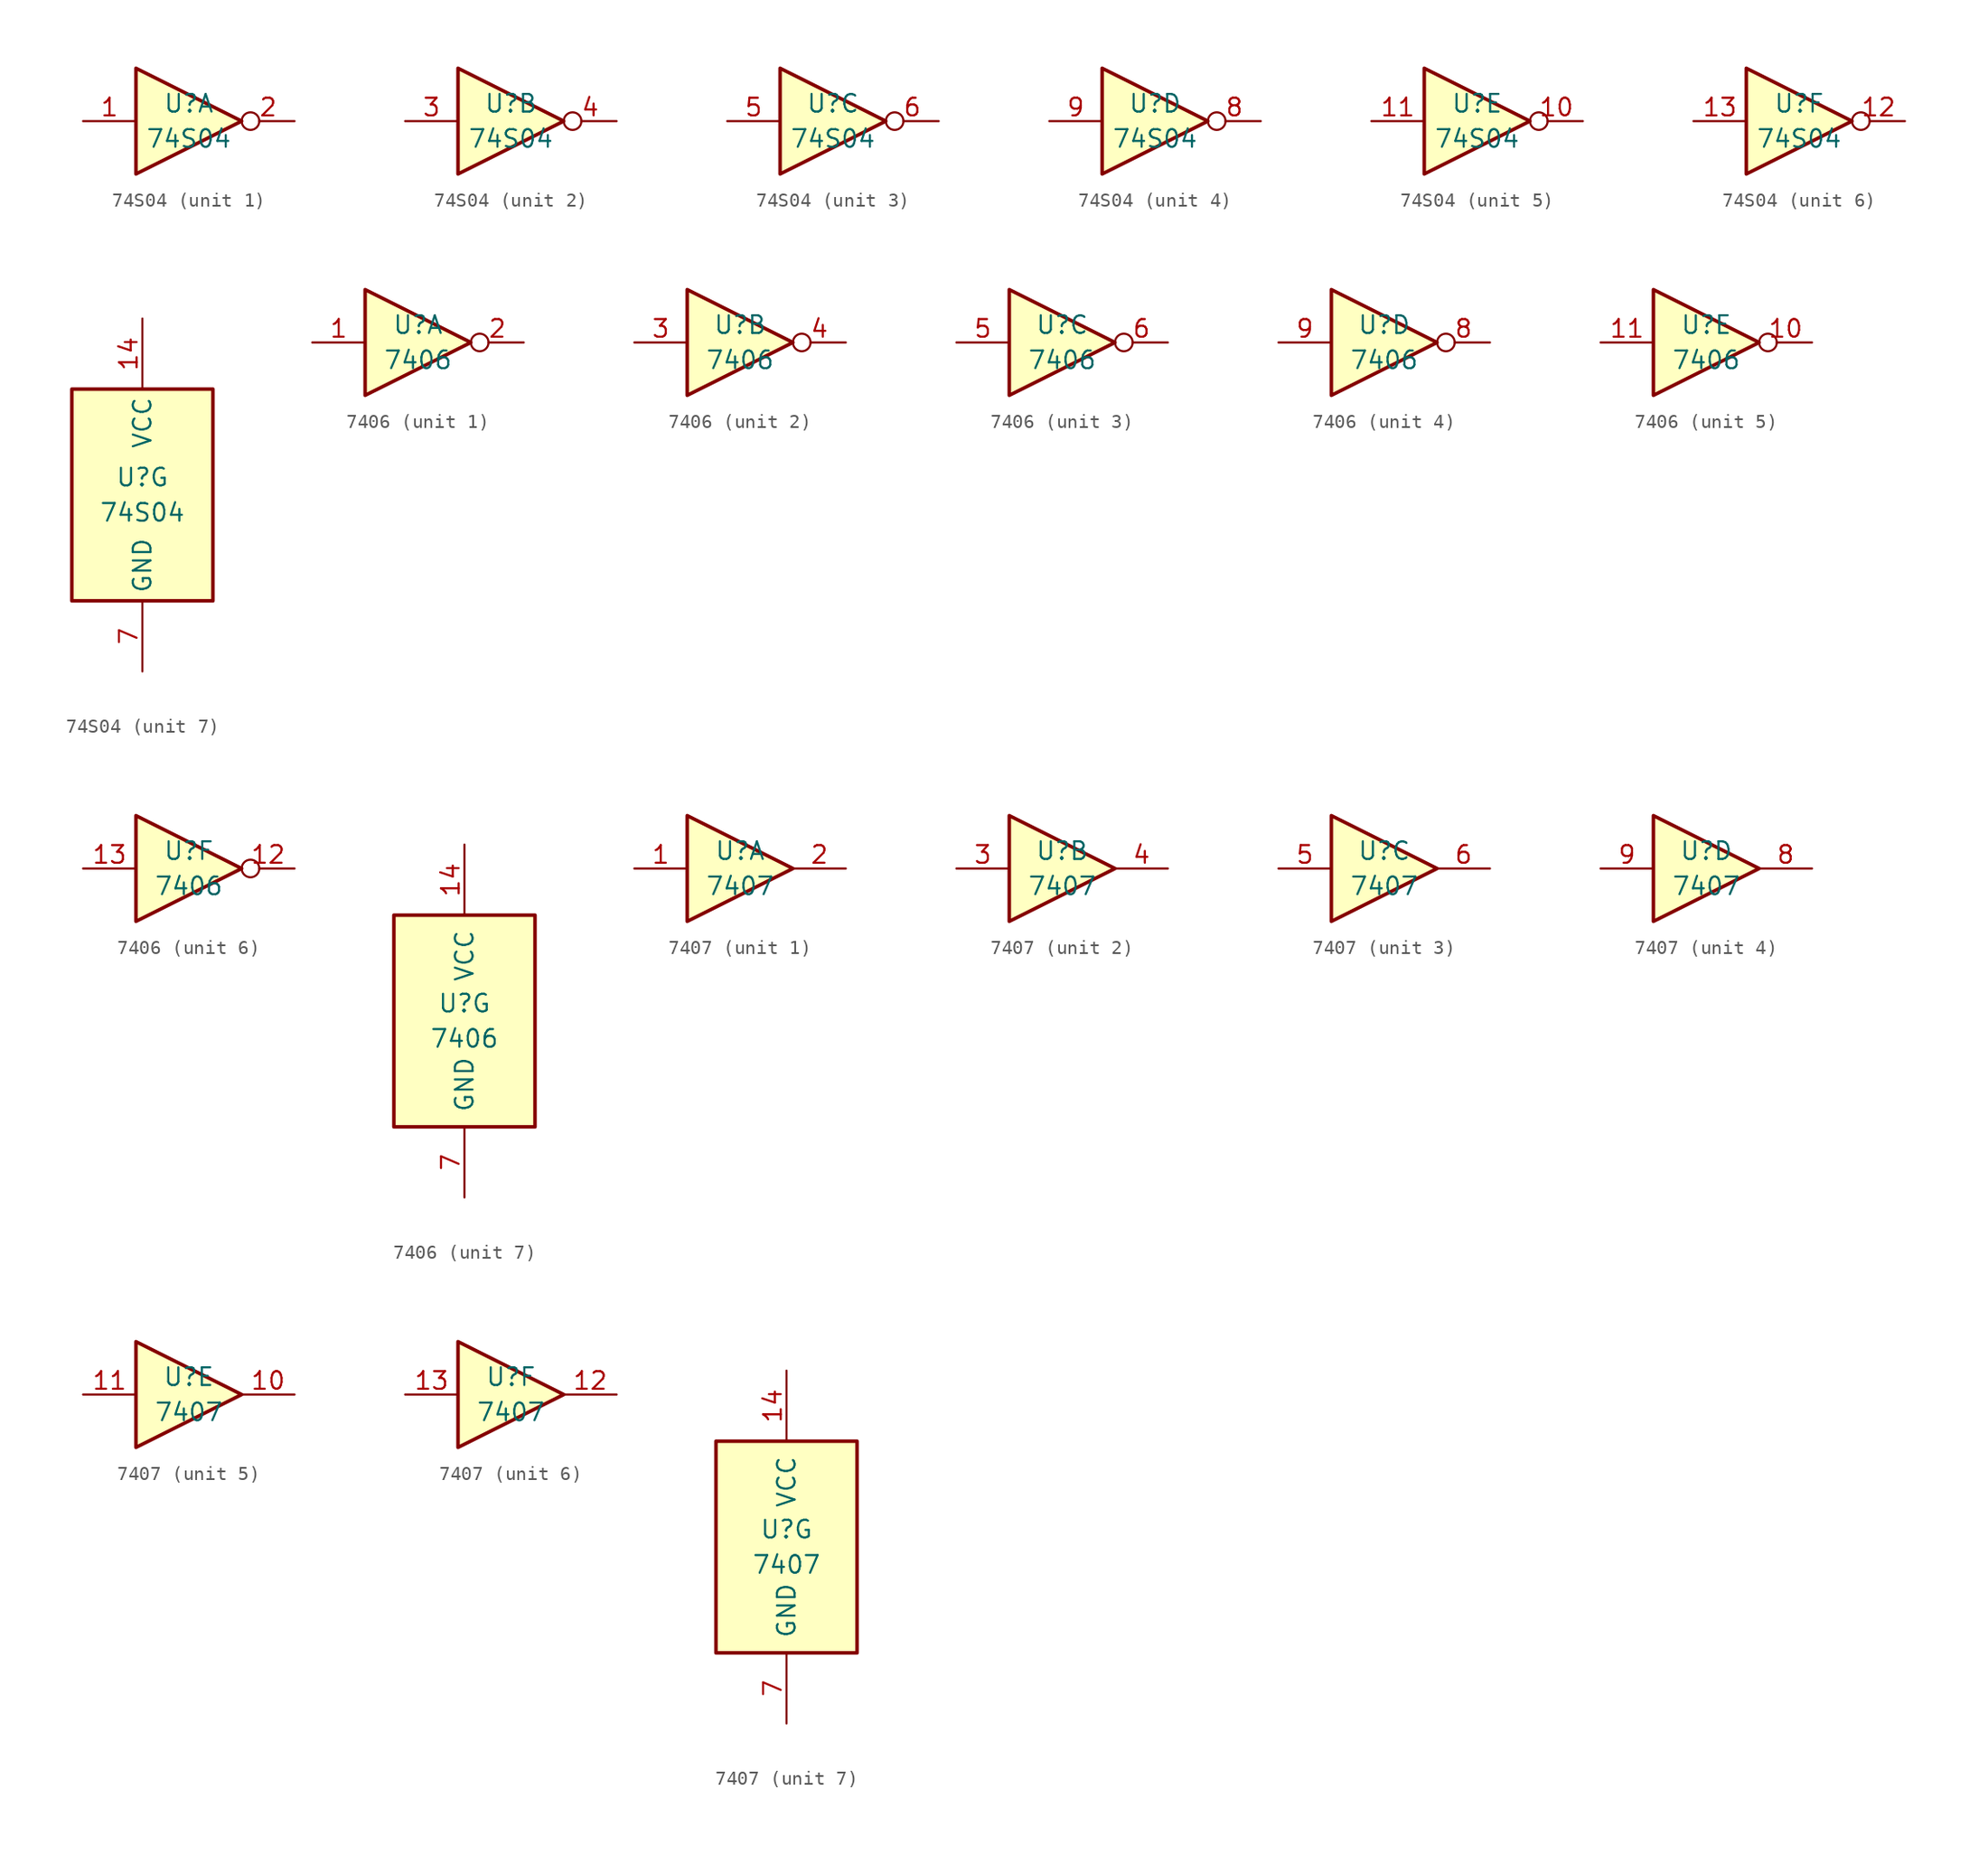
<source format=kicad_sym>
(kicad_symbol_lib
  (version 20220914)
  (generator kicad_symbol_editor)
  (symbol "74S04"
    (property "Reference" "U"
      (at 0 1.27 0)
      (effects (font (size 1.27 1.27))))
    (property "Value" "74S04"
      (at 0 -1.27 0)
      (effects (font (size 1.27 1.27))))
    (property "ki_locked" ""
      (at 0 0 0)
      (effects (font (size 1.27 1.27))))
    (symbol "74S04_1_0"
      (polyline (pts (xy -3.81 3.81) (xy -3.81 -3.81) (xy 3.81 0) (xy -3.81 3.81)) (stroke (width 0.254) (type default)) (fill (type background)))
      (pin input line (at -7.62 0 0) (length 3.81) (name "~" (effects (font (size 1.27 1.27)))) (number "1" (effects (font (size 1.27 1.27)))))
      (pin output inverted (at 7.62 0 180) (length 3.81) (name "~" (effects (font (size 1.27 1.27)))) (number "2" (effects (font (size 1.27 1.27))))))
    (symbol "74S04_2_0"
      (polyline (pts (xy -3.81 3.81) (xy -3.81 -3.81) (xy 3.81 0) (xy -3.81 3.81)) (stroke (width 0.254) (type default)) (fill (type background)))
      (pin input line (at -7.62 0 0) (length 3.81) (name "~" (effects (font (size 1.27 1.27)))) (number "3" (effects (font (size 1.27 1.27)))))
      (pin output inverted (at 7.62 0 180) (length 3.81) (name "~" (effects (font (size 1.27 1.27)))) (number "4" (effects (font (size 1.27 1.27))))))
    (symbol "74S04_3_0"
      (polyline (pts (xy -3.81 3.81) (xy -3.81 -3.81) (xy 3.81 0) (xy -3.81 3.81)) (stroke (width 0.254) (type default)) (fill (type background)))
      (pin input line (at -7.62 0 0) (length 3.81) (name "~" (effects (font (size 1.27 1.27)))) (number "5" (effects (font (size 1.27 1.27)))))
      (pin output inverted (at 7.62 0 180) (length 3.81) (name "~" (effects (font (size 1.27 1.27)))) (number "6" (effects (font (size 1.27 1.27))))))
    (symbol "74S04_4_0"
      (polyline (pts (xy -3.81 3.81) (xy -3.81 -3.81) (xy 3.81 0) (xy -3.81 3.81)) (stroke (width 0.254) (type default)) (fill (type background)))
      (pin output inverted (at 7.62 0 180) (length 3.81) (name "~" (effects (font (size 1.27 1.27)))) (number "8" (effects (font (size 1.27 1.27)))))
      (pin input line (at -7.62 0 0) (length 3.81) (name "~" (effects (font (size 1.27 1.27)))) (number "9" (effects (font (size 1.27 1.27))))))
    (symbol "74S04_5_0"
      (polyline (pts (xy -3.81 3.81) (xy -3.81 -3.81) (xy 3.81 0) (xy -3.81 3.81)) (stroke (width 0.254) (type default)) (fill (type background)))
      (pin output inverted (at 7.62 0 180) (length 3.81) (name "~" (effects (font (size 1.27 1.27)))) (number "10" (effects (font (size 1.27 1.27)))))
      (pin input line (at -7.62 0 0) (length 3.81) (name "~" (effects (font (size 1.27 1.27)))) (number "11" (effects (font (size 1.27 1.27))))))
    (symbol "74S04_6_0"
      (polyline (pts (xy -3.81 3.81) (xy -3.81 -3.81) (xy 3.81 0) (xy -3.81 3.81)) (stroke (width 0.254) (type default)) (fill (type background)))
      (pin output inverted (at 7.62 0 180) (length 3.81) (name "~" (effects (font (size 1.27 1.27)))) (number "12" (effects (font (size 1.27 1.27)))))
      (pin input line (at -7.62 0 0) (length 3.81) (name "~" (effects (font (size 1.27 1.27)))) (number "13" (effects (font (size 1.27 1.27))))))
    (symbol "74S04_7_0"
      (pin power_in line (at 0 12.7 270) (length 5.08) (name "VCC" (effects (font (size 1.27 1.27)))) (number "14" (effects (font (size 1.27 1.27)))))
      (pin power_in line (at 0 -12.7 90) (length 5.08) (name "GND" (effects (font (size 1.27 1.27)))) (number "7" (effects (font (size 1.27 1.27))))))
    (symbol "74S04_7_1"
      (rectangle (start -5.08 7.62) (end 5.08 -7.62) (stroke (width 0.254) (type default)) (fill (type background)))))
  (symbol "7406"
    (pin_names
      (offset 1.016))
    (property "Reference" "U"
      (at 0 1.27 0)
      (effects (font (size 1.27 1.27))))
    (property "Value" "7406"
      (at 0 -1.27 0)
      (effects (font (size 1.27 1.27))))
    (property "ki_locked" ""
      (at 0 0 0)
      (effects (font (size 1.27 1.27))))
    (symbol "7406_1_0"
      (polyline (pts (xy -3.81 3.81) (xy -3.81 -3.81) (xy 3.81 0) (xy -3.81 3.81)) (stroke (width 0.254) (type default)) (fill (type background)))
      (pin input line (at -7.62 0 0) (length 3.81) (name "~" (effects (font (size 1.27 1.27)))) (number "1" (effects (font (size 1.27 1.27)))))
      (pin open_collector inverted (at 7.62 0 180) (length 3.81) (name "~" (effects (font (size 1.27 1.27)))) (number "2" (effects (font (size 1.27 1.27))))))
    (symbol "7406_2_0"
      (polyline (pts (xy -3.81 3.81) (xy -3.81 -3.81) (xy 3.81 0) (xy -3.81 3.81)) (stroke (width 0.254) (type default)) (fill (type background)))
      (pin input line (at -7.62 0 0) (length 3.81) (name "~" (effects (font (size 1.27 1.27)))) (number "3" (effects (font (size 1.27 1.27)))))
      (pin open_collector inverted (at 7.62 0 180) (length 3.81) (name "~" (effects (font (size 1.27 1.27)))) (number "4" (effects (font (size 1.27 1.27))))))
    (symbol "7406_3_0"
      (polyline (pts (xy -3.81 3.81) (xy -3.81 -3.81) (xy 3.81 0) (xy -3.81 3.81)) (stroke (width 0.254) (type default)) (fill (type background)))
      (pin input line (at -7.62 0 0) (length 3.81) (name "~" (effects (font (size 1.27 1.27)))) (number "5" (effects (font (size 1.27 1.27)))))
      (pin open_collector inverted (at 7.62 0 180) (length 3.81) (name "~" (effects (font (size 1.27 1.27)))) (number "6" (effects (font (size 1.27 1.27))))))
    (symbol "7406_4_0"
      (polyline (pts (xy -3.81 3.81) (xy -3.81 -3.81) (xy 3.81 0) (xy -3.81 3.81)) (stroke (width 0.254) (type default)) (fill (type background)))
      (pin open_collector inverted (at 7.62 0 180) (length 3.81) (name "~" (effects (font (size 1.27 1.27)))) (number "8" (effects (font (size 1.27 1.27)))))
      (pin input line (at -7.62 0 0) (length 3.81) (name "~" (effects (font (size 1.27 1.27)))) (number "9" (effects (font (size 1.27 1.27))))))
    (symbol "7406_5_0"
      (polyline (pts (xy -3.81 3.81) (xy -3.81 -3.81) (xy 3.81 0) (xy -3.81 3.81)) (stroke (width 0.254) (type default)) (fill (type background)))
      (pin open_collector inverted (at 7.62 0 180) (length 3.81) (name "~" (effects (font (size 1.27 1.27)))) (number "10" (effects (font (size 1.27 1.27)))))
      (pin input line (at -7.62 0 0) (length 3.81) (name "~" (effects (font (size 1.27 1.27)))) (number "11" (effects (font (size 1.27 1.27))))))
    (symbol "7406_6_0"
      (polyline (pts (xy -3.81 3.81) (xy -3.81 -3.81) (xy 3.81 0) (xy -3.81 3.81)) (stroke (width 0.254) (type default)) (fill (type background)))
      (pin open_collector inverted (at 7.62 0 180) (length 3.81) (name "~" (effects (font (size 1.27 1.27)))) (number "12" (effects (font (size 1.27 1.27)))))
      (pin input line (at -7.62 0 0) (length 3.81) (name "~" (effects (font (size 1.27 1.27)))) (number "13" (effects (font (size 1.27 1.27))))))
    (symbol "7406_7_0"
      (pin power_in line (at 0 12.7 270) (length 5.08) (name "VCC" (effects (font (size 1.27 1.27)))) (number "14" (effects (font (size 1.27 1.27)))))
      (pin power_in line (at 0 -12.7 90) (length 5.08) (name "GND" (effects (font (size 1.27 1.27)))) (number "7" (effects (font (size 1.27 1.27))))))
    (symbol "7406_7_1"
      (rectangle (start -5.08 7.62) (end 5.08 -7.62) (stroke (width 0.254) (type default)) (fill (type background)))))
  (symbol "7407"
    (pin_names
      (offset 1.016))
    (property "Reference" "U"
      (at 0 1.27 0)
      (effects (font (size 1.27 1.27))))
    (property "Value" "7407"
      (at 0 -1.27 0)
      (effects (font (size 1.27 1.27))))
    (property "ki_locked" ""
      (at 0 0 0)
      (effects (font (size 1.27 1.27))))
    (symbol "7407_1_0"
      (polyline (pts (xy -3.81 3.81) (xy -3.81 -3.81) (xy 3.81 0) (xy -3.81 3.81)) (stroke (width 0.254) (type default)) (fill (type background)))
      (pin input line (at -7.62 0 0) (length 3.81) (name "~" (effects (font (size 1.27 1.27)))) (number "1" (effects (font (size 1.27 1.27)))))
      (pin open_collector line (at 7.62 0 180) (length 3.81) (name "~" (effects (font (size 1.27 1.27)))) (number "2" (effects (font (size 1.27 1.27))))))
    (symbol "7407_2_0"
      (polyline (pts (xy -3.81 3.81) (xy -3.81 -3.81) (xy 3.81 0) (xy -3.81 3.81)) (stroke (width 0.254) (type default)) (fill (type background)))
      (pin input line (at -7.62 0 0) (length 3.81) (name "~" (effects (font (size 1.27 1.27)))) (number "3" (effects (font (size 1.27 1.27)))))
      (pin open_collector line (at 7.62 0 180) (length 3.81) (name "~" (effects (font (size 1.27 1.27)))) (number "4" (effects (font (size 1.27 1.27))))))
    (symbol "7407_3_0"
      (polyline (pts (xy -3.81 3.81) (xy -3.81 -3.81) (xy 3.81 0) (xy -3.81 3.81)) (stroke (width 0.254) (type default)) (fill (type background)))
      (pin input line (at -7.62 0 0) (length 3.81) (name "~" (effects (font (size 1.27 1.27)))) (number "5" (effects (font (size 1.27 1.27)))))
      (pin open_collector line (at 7.62 0 180) (length 3.81) (name "~" (effects (font (size 1.27 1.27)))) (number "6" (effects (font (size 1.27 1.27))))))
    (symbol "7407_4_0"
      (polyline (pts (xy -3.81 3.81) (xy -3.81 -3.81) (xy 3.81 0) (xy -3.81 3.81)) (stroke (width 0.254) (type default)) (fill (type background)))
      (pin open_collector line (at 7.62 0 180) (length 3.81) (name "~" (effects (font (size 1.27 1.27)))) (number "8" (effects (font (size 1.27 1.27)))))
      (pin input line (at -7.62 0 0) (length 3.81) (name "~" (effects (font (size 1.27 1.27)))) (number "9" (effects (font (size 1.27 1.27))))))
    (symbol "7407_5_0"
      (polyline (pts (xy -3.81 3.81) (xy -3.81 -3.81) (xy 3.81 0) (xy -3.81 3.81)) (stroke (width 0.254) (type default)) (fill (type background)))
      (pin open_collector line (at 7.62 0 180) (length 3.81) (name "~" (effects (font (size 1.27 1.27)))) (number "10" (effects (font (size 1.27 1.27)))))
      (pin input line (at -7.62 0 0) (length 3.81) (name "~" (effects (font (size 1.27 1.27)))) (number "11" (effects (font (size 1.27 1.27))))))
    (symbol "7407_6_0"
      (polyline (pts (xy -3.81 3.81) (xy -3.81 -3.81) (xy 3.81 0) (xy -3.81 3.81)) (stroke (width 0.254) (type default)) (fill (type background)))
      (pin open_collector line (at 7.62 0 180) (length 3.81) (name "~" (effects (font (size 1.27 1.27)))) (number "12" (effects (font (size 1.27 1.27)))))
      (pin input line (at -7.62 0 0) (length 3.81) (name "~" (effects (font (size 1.27 1.27)))) (number "13" (effects (font (size 1.27 1.27))))))
    (symbol "7407_7_0"
      (pin power_in line (at 0 12.7 270) (length 5.08) (name "VCC" (effects (font (size 1.27 1.27)))) (number "14" (effects (font (size 1.27 1.27)))))
      (pin power_in line (at 0 -12.7 90) (length 5.08) (name "GND" (effects (font (size 1.27 1.27)))) (number "7" (effects (font (size 1.27 1.27))))))
    (symbol "7407_7_1"
      (rectangle (start -5.08 7.62) (end 5.08 -7.62) (stroke (width 0.254) (type default)) (fill (type background))))))
</source>
